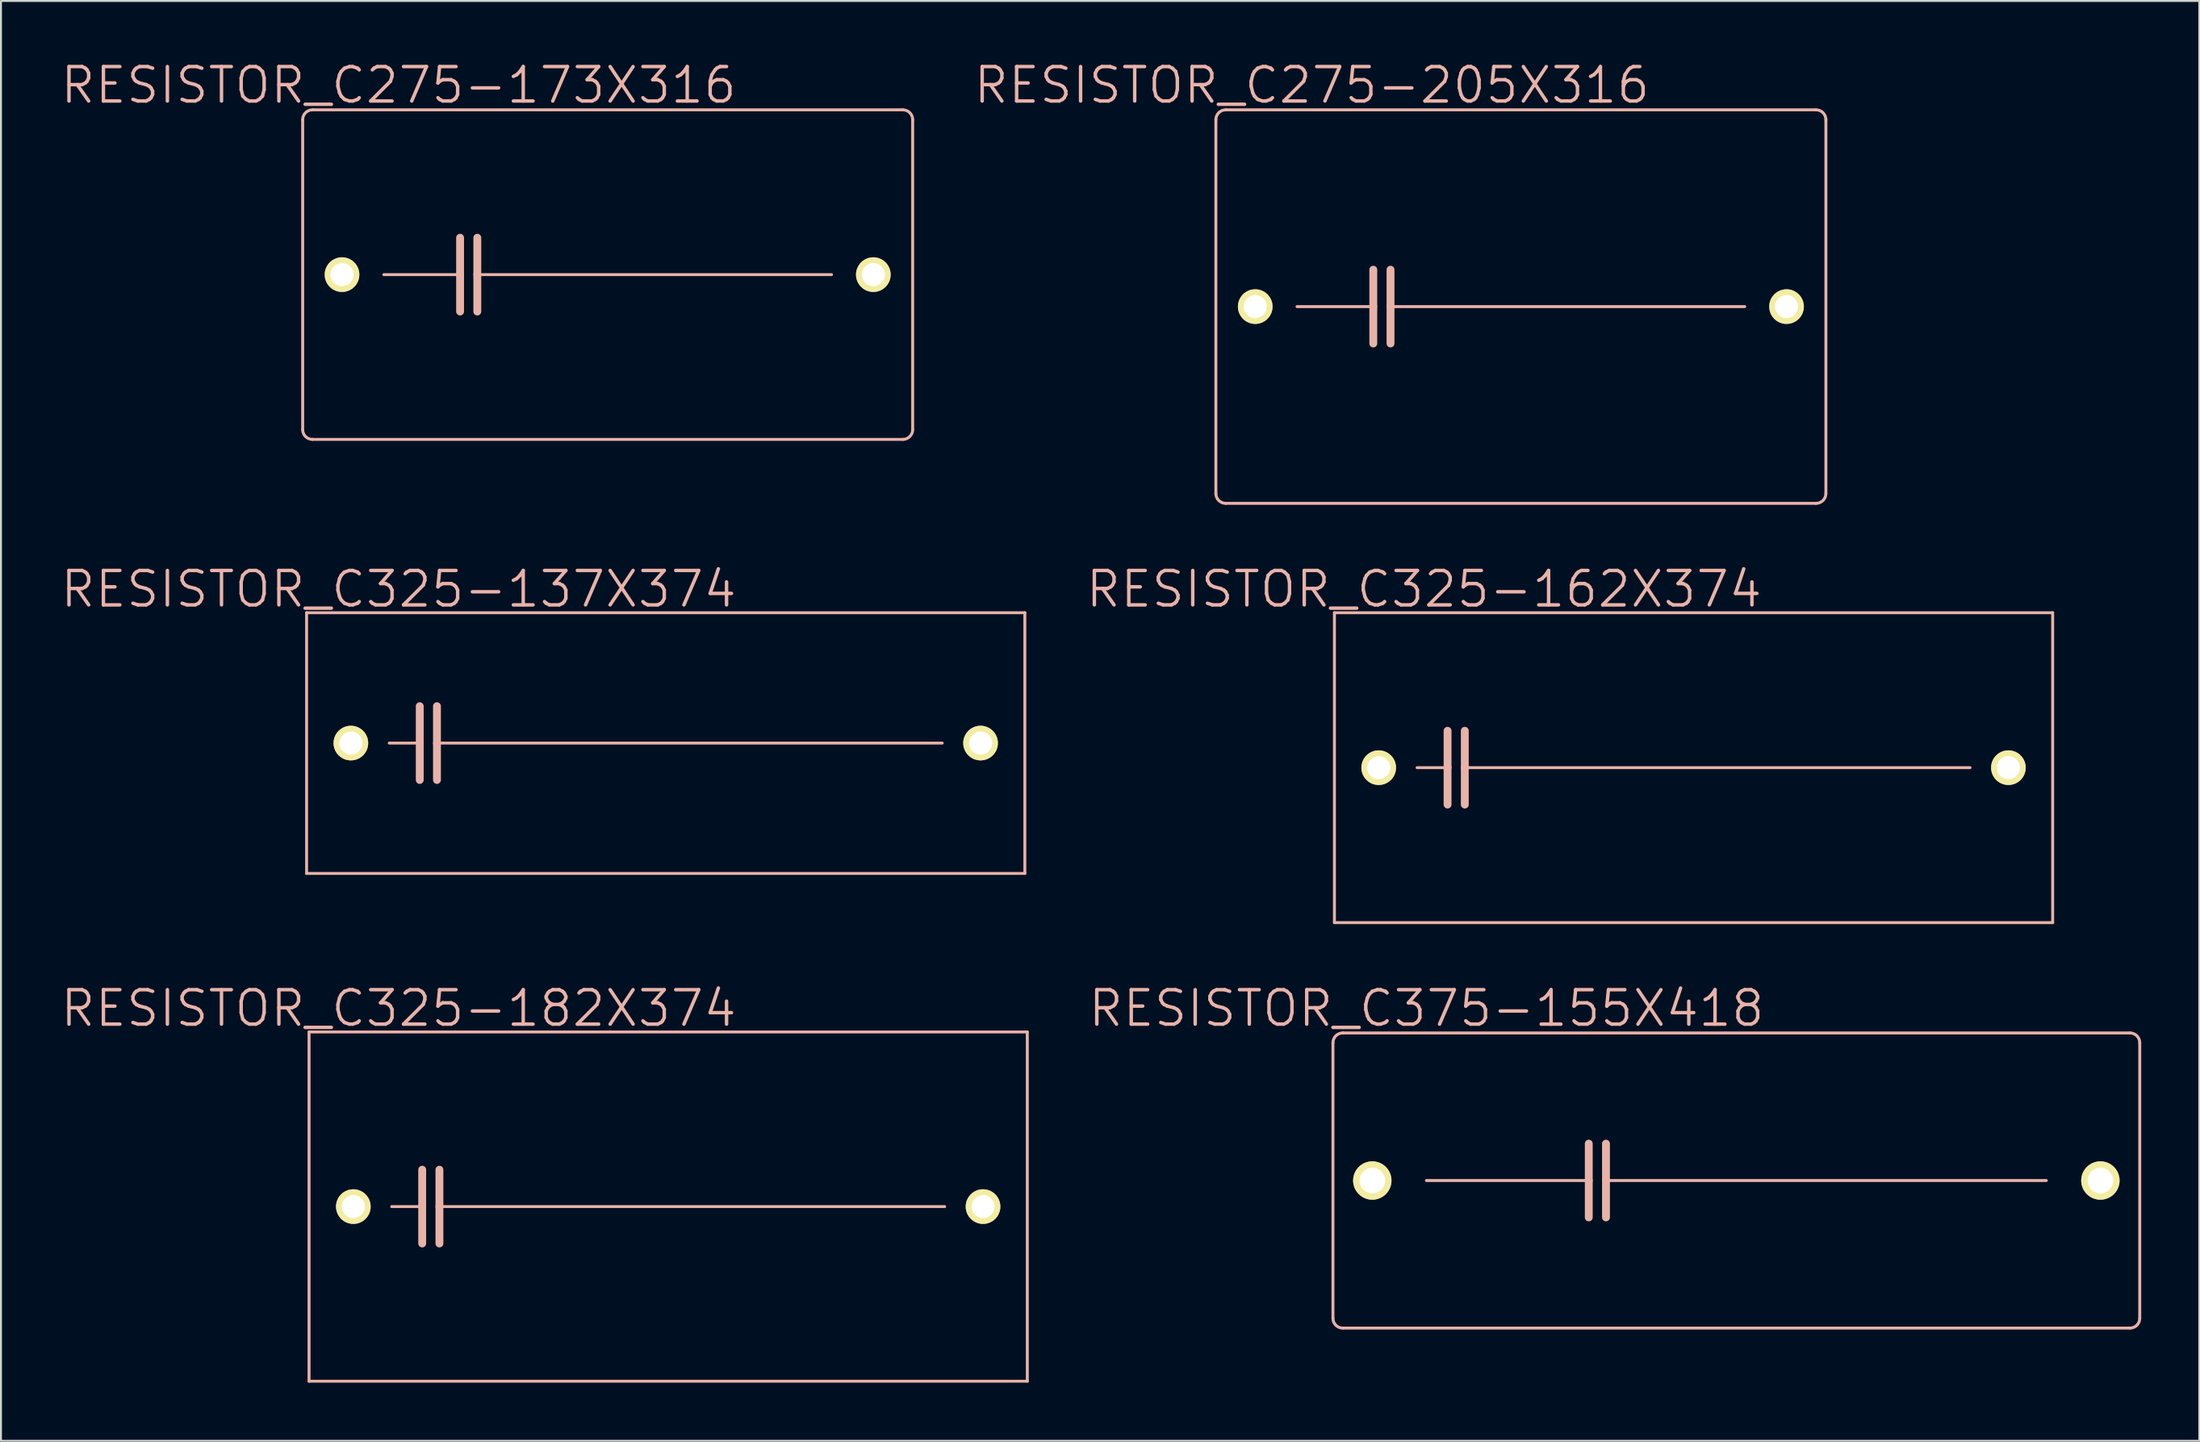
<source format=kicad_pcb>
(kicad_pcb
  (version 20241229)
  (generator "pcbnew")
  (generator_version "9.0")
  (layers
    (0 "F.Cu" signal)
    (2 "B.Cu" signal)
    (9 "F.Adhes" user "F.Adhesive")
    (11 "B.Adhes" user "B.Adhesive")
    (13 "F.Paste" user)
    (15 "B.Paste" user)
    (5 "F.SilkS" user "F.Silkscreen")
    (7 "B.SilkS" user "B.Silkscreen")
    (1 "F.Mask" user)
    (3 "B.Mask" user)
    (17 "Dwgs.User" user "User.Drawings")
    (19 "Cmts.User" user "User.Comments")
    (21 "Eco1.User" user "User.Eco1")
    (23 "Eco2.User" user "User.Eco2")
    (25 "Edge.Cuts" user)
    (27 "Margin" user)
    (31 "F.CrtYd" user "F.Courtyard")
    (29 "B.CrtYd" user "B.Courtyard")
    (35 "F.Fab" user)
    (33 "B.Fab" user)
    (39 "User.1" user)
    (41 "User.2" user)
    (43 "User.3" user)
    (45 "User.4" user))
  (footprint "RESISTOR_C275-173X316"
    (layer "F.Cu")
    (at 28.325 11.131)
    (property "Reference" "RESISTOR_C275-173X316" (at -10.795 -9.779 0) (layer "B.SilkS") (effects (font (size 1.778 1.778) (thickness 0.178))))
    (attr exclude_from_pos_files exclude_from_bom)
    (fp_line (start -15.748 8.001) (end -15.748 -8.001) (stroke (width 0.152) (type solid)) (layer "B.SilkS"))
    (fp_line (start -15.24 -8.509) (end 15.24 -8.509) (stroke (width 0.152) (type solid)) (layer "B.SilkS"))
    (fp_line (start -11.557 0) (end -7.62 0) (stroke (width 0.152) (type solid)) (layer "B.SilkS"))
    (fp_line (start -7.62 -1.905) (end -7.62 0) (stroke (width 0.406) (type solid)) (layer "B.SilkS"))
    (fp_line (start -7.62 0) (end -7.62 1.905) (stroke (width 0.406) (type solid)) (layer "B.SilkS"))
    (fp_line (start -6.731 -1.905) (end -6.731 0) (stroke (width 0.406) (type solid)) (layer "B.SilkS"))
    (fp_line (start -6.731 0) (end -6.731 1.905) (stroke (width 0.406) (type solid)) (layer "B.SilkS"))
    (fp_line (start -6.731 0) (end 11.557 0) (stroke (width 0.152) (type solid)) (layer "B.SilkS"))
    (fp_line (start 15.24 8.509) (end -15.24 8.509) (stroke (width 0.152) (type solid)) (layer "B.SilkS"))
    (fp_line (start 15.748 -8.001) (end 15.748 8.001) (stroke (width 0.152) (type solid)) (layer "B.SilkS"))
    (fp_arc (start -15.748 -8.001) (mid -15.59921 -8.36021) (end -15.24 -8.509) (stroke (width 0.1524) (type solid)) (layer "B.SilkS"))
    (fp_arc (start -15.24 8.509) (mid -15.59921 8.36021) (end -15.748 8.001) (stroke (width 0.1524) (type solid)) (layer "B.SilkS"))
    (fp_arc (start 15.24 -8.509) (mid 15.59921 -8.36021) (end 15.748 -8.001) (stroke (width 0.1524) (type solid)) (layer "B.SilkS"))
    (fp_arc (start 15.748 8.001) (mid 15.59921 8.36021) (end 15.24 8.509) (stroke (width 0.1524) (type solid)) (layer "B.SilkS"))
    (pad "1" thru_hole circle (at -13.716 0) (size 1.788 1.788) (drill 1.194) (layers "*.Cu" "F.Mask" "F.SilkS" "F.Paste"))
    (pad "2" thru_hole circle (at 13.716 0) (size 1.788 1.788) (drill 1.194) (layers "*.Cu" "F.Mask" "F.SilkS" "F.Paste")))
  (footprint "RESISTOR_C325-137X374"
    (layer "F.Cu")
    (at 31.322 35.321)
    (property "Reference" "RESISTOR_C325-137X374" (at -13.792 -7.95 0) (layer "B.SilkS") (effects (font (size 1.778 1.778) (thickness 0.178))))
    (attr exclude_from_pos_files exclude_from_bom)
    (fp_line (start -18.542 -6.731) (end -18.542 6.731) (stroke (width 0.152) (type solid)) (layer "B.SilkS"))
    (fp_line (start -18.542 6.731) (end 18.542 6.731) (stroke (width 0.152) (type solid)) (layer "B.SilkS"))
    (fp_line (start -14.275 0) (end -12.7 0) (stroke (width 0.152) (type solid)) (layer "B.SilkS"))
    (fp_line (start -12.7 -1.905) (end -12.7 0) (stroke (width 0.406) (type solid)) (layer "B.SilkS"))
    (fp_line (start -12.7 0) (end -12.7 1.905) (stroke (width 0.406) (type solid)) (layer "B.SilkS"))
    (fp_line (start -11.811 -1.905) (end -11.811 0) (stroke (width 0.406) (type solid)) (layer "B.SilkS"))
    (fp_line (start -11.811 0) (end -11.811 1.905) (stroke (width 0.406) (type solid)) (layer "B.SilkS"))
    (fp_line (start -11.811 0) (end 14.275 0) (stroke (width 0.152) (type solid)) (layer "B.SilkS"))
    (fp_line (start 18.542 -6.731) (end -18.542 -6.731) (stroke (width 0.152) (type solid)) (layer "B.SilkS"))
    (fp_line (start 18.542 -6.731) (end 18.542 6.731) (stroke (width 0.152) (type solid)) (layer "B.SilkS"))
    (pad "1" thru_hole circle (at -16.256 0) (size 1.788 1.788) (drill 1.194) (layers "*.Cu" "F.Mask" "F.SilkS" "F.Paste"))
    (pad "2" thru_hole circle (at 16.256 0) (size 1.788 1.788) (drill 1.194) (layers "*.Cu" "F.Mask" "F.SilkS" "F.Paste")))
  (footprint "RESISTOR_C325-162X374"
    (layer "F.Cu")
    (at 84.39 36.591)
    (property "Reference" "RESISTOR_C325-162X374" (at -13.919 -9.22 0) (layer "B.SilkS") (effects (font (size 1.778 1.778) (thickness 0.178))))
    (attr exclude_from_pos_files exclude_from_bom)
    (fp_line (start -18.542 -8.001) (end -18.542 8.001) (stroke (width 0.152) (type solid)) (layer "B.SilkS"))
    (fp_line (start -18.542 8.001) (end 18.542 8.001) (stroke (width 0.152) (type solid)) (layer "B.SilkS"))
    (fp_line (start -14.275 0) (end -12.7 0) (stroke (width 0.152) (type solid)) (layer "B.SilkS"))
    (fp_line (start -12.7 -1.905) (end -12.7 0) (stroke (width 0.406) (type solid)) (layer "B.SilkS"))
    (fp_line (start -12.7 0) (end -12.7 1.905) (stroke (width 0.406) (type solid)) (layer "B.SilkS"))
    (fp_line (start -11.811 -1.905) (end -11.811 0) (stroke (width 0.406) (type solid)) (layer "B.SilkS"))
    (fp_line (start -11.811 0) (end -11.811 1.905) (stroke (width 0.406) (type solid)) (layer "B.SilkS"))
    (fp_line (start -11.811 0) (end 14.275 0) (stroke (width 0.152) (type solid)) (layer "B.SilkS"))
    (fp_line (start 18.542 -8.001) (end -18.542 -8.001) (stroke (width 0.152) (type solid)) (layer "B.SilkS"))
    (fp_line (start 18.542 -8.001) (end 18.542 8.001) (stroke (width 0.152) (type solid)) (layer "B.SilkS"))
    (pad "1" thru_hole circle (at -16.256 0) (size 1.788 1.788) (drill 1.194) (layers "*.Cu" "F.Mask" "F.SilkS" "F.Paste"))
    (pad "2" thru_hole circle (at 16.256 0) (size 1.788 1.788) (drill 1.194) (layers "*.Cu" "F.Mask" "F.SilkS" "F.Paste")))
  (footprint "RESISTOR_C325-182X374"
    (layer "F.Cu")
    (at 31.449 59.256)
    (property "Reference" "RESISTOR_C325-182X374" (at -13.919 -10.236 0) (layer "B.SilkS") (effects (font (size 1.778 1.778) (thickness 0.178))))
    (attr exclude_from_pos_files exclude_from_bom)
    (fp_line (start -18.542 -9.017) (end -18.542 9.017) (stroke (width 0.152) (type solid)) (layer "B.SilkS"))
    (fp_line (start -18.542 9.017) (end 18.542 9.017) (stroke (width 0.152) (type solid)) (layer "B.SilkS"))
    (fp_line (start -14.275 0) (end -12.7 0) (stroke (width 0.152) (type solid)) (layer "B.SilkS"))
    (fp_line (start -12.7 -1.905) (end -12.7 0) (stroke (width 0.406) (type solid)) (layer "B.SilkS"))
    (fp_line (start -12.7 0) (end -12.7 1.905) (stroke (width 0.406) (type solid)) (layer "B.SilkS"))
    (fp_line (start -11.811 -1.905) (end -11.811 0) (stroke (width 0.406) (type solid)) (layer "B.SilkS"))
    (fp_line (start -11.811 0) (end -11.811 1.905) (stroke (width 0.406) (type solid)) (layer "B.SilkS"))
    (fp_line (start -11.811 0) (end 14.275 0) (stroke (width 0.152) (type solid)) (layer "B.SilkS"))
    (fp_line (start 18.542 -9.017) (end -18.542 -9.017) (stroke (width 0.152) (type solid)) (layer "B.SilkS"))
    (fp_line (start 18.542 -9.017) (end 18.542 9.017) (stroke (width 0.152) (type solid)) (layer "B.SilkS"))
    (pad "1" thru_hole circle (at -16.256 0) (size 1.788 1.788) (drill 1.194) (layers "*.Cu" "F.Mask" "F.SilkS" "F.Paste"))
    (pad "2" thru_hole circle (at 16.256 0) (size 1.788 1.788) (drill 1.194) (layers "*.Cu" "F.Mask" "F.SilkS" "F.Paste")))
  (footprint "RESISTOR_C275-205X316"
    (layer "F.Cu")
    (at 75.475 12.782)
    (property "Reference" "RESISTOR_C275-205X316" (at -10.795 -11.43 0) (layer "B.SilkS") (effects (font (size 1.778 1.778) (thickness 0.178))))
    (attr exclude_from_pos_files exclude_from_bom)
    (fp_line (start -15.748 9.652) (end -15.748 -9.652) (stroke (width 0.152) (type solid)) (layer "B.SilkS"))
    (fp_line (start -15.24 -10.16) (end 15.24 -10.16) (stroke (width 0.152) (type solid)) (layer "B.SilkS"))
    (fp_line (start -11.557 0) (end -7.62 0) (stroke (width 0.152) (type solid)) (layer "B.SilkS"))
    (fp_line (start -7.62 -1.905) (end -7.62 0) (stroke (width 0.406) (type solid)) (layer "B.SilkS"))
    (fp_line (start -7.62 0) (end -7.62 1.905) (stroke (width 0.406) (type solid)) (layer "B.SilkS"))
    (fp_line (start -6.731 -1.905) (end -6.731 0) (stroke (width 0.406) (type solid)) (layer "B.SilkS"))
    (fp_line (start -6.731 0) (end -6.731 1.905) (stroke (width 0.406) (type solid)) (layer "B.SilkS"))
    (fp_line (start -6.731 0) (end 11.557 0) (stroke (width 0.152) (type solid)) (layer "B.SilkS"))
    (fp_line (start 15.24 10.16) (end -15.24 10.16) (stroke (width 0.152) (type solid)) (layer "B.SilkS"))
    (fp_line (start 15.748 -9.652) (end 15.748 9.652) (stroke (width 0.152) (type solid)) (layer "B.SilkS"))
    (fp_arc (start -15.748 -9.652) (mid -15.59921 -10.01121) (end -15.24 -10.16) (stroke (width 0.1524) (type solid)) (layer "B.SilkS"))
    (fp_arc (start -15.24 10.16) (mid -15.59921 10.01121) (end -15.748 9.652) (stroke (width 0.1524) (type solid)) (layer "B.SilkS"))
    (fp_arc (start 15.24 -10.16) (mid 15.59921 -10.01121) (end 15.748 -9.652) (stroke (width 0.1524) (type solid)) (layer "B.SilkS"))
    (fp_arc (start 15.748 9.652) (mid 15.59921 10.01121) (end 15.24 10.16) (stroke (width 0.1524) (type solid)) (layer "B.SilkS"))
    (pad "1" thru_hole circle (at -13.716 0) (size 1.788 1.788) (drill 1.194) (layers "*.Cu" "F.Mask" "F.SilkS" "F.Paste"))
    (pad "2" thru_hole circle (at 13.716 0) (size 1.788 1.788) (drill 1.194) (layers "*.Cu" "F.Mask" "F.SilkS" "F.Paste")))
  (footprint "RESISTOR_C375-155X418"
    (layer "F.Cu")
    (at 86.6 57.91)
    (property "Reference" "RESISTOR_C375-155X418" (at -16.002 -8.89 0) (layer "B.SilkS") (effects (font (size 1.778 1.778) (thickness 0.178))))
    (attr exclude_from_pos_files exclude_from_bom)
    (fp_line (start -20.828 7.112) (end -20.828 -7.112) (stroke (width 0.152) (type solid)) (layer "B.SilkS"))
    (fp_line (start -20.32 -7.62) (end 20.32 -7.62) (stroke (width 0.152) (type solid)) (layer "B.SilkS"))
    (fp_line (start -16.002 0) (end -7.62 0) (stroke (width 0.152) (type solid)) (layer "B.SilkS"))
    (fp_line (start -7.62 -1.905) (end -7.62 0) (stroke (width 0.406) (type solid)) (layer "B.SilkS"))
    (fp_line (start -7.62 0) (end -7.62 1.905) (stroke (width 0.406) (type solid)) (layer "B.SilkS"))
    (fp_line (start -6.731 -1.905) (end -6.731 0) (stroke (width 0.406) (type solid)) (layer "B.SilkS"))
    (fp_line (start -6.731 0) (end -6.731 1.905) (stroke (width 0.406) (type solid)) (layer "B.SilkS"))
    (fp_line (start -6.731 0) (end 16.002 0) (stroke (width 0.152) (type solid)) (layer "B.SilkS"))
    (fp_line (start 20.32 7.62) (end -20.32 7.62) (stroke (width 0.152) (type solid)) (layer "B.SilkS"))
    (fp_line (start 20.828 -7.112) (end 20.828 7.112) (stroke (width 0.152) (type solid)) (layer "B.SilkS"))
    (fp_arc (start -20.828 -7.112) (mid -20.67921 -7.47121) (end -20.32 -7.62) (stroke (width 0.1524) (type solid)) (layer "B.SilkS"))
    (fp_arc (start -20.32 7.62) (mid -20.67921 7.47121) (end -20.828 7.112) (stroke (width 0.1524) (type solid)) (layer "B.SilkS"))
    (fp_arc (start 20.32 -7.62) (mid 20.67921 -7.47121) (end 20.828 -7.112) (stroke (width 0.1524) (type solid)) (layer "B.SilkS"))
    (fp_arc (start 20.828 7.112) (mid 20.67921 7.47121) (end 20.32 7.62) (stroke (width 0.1524) (type solid)) (layer "B.SilkS"))
    (pad "1" thru_hole circle (at -18.796 0) (size 1.981 1.981) (drill 1.321) (layers "*.Cu" "F.Mask" "F.SilkS" "F.Paste"))
    (pad "2" thru_hole circle (at 18.796 0) (size 1.981 1.981) (drill 1.321) (layers "*.Cu" "F.Mask" "F.SilkS" "F.Paste")))
  (gr_rect
    (start -3 -3)
    (end 110.504 71.35)
    (stroke (width 0.1) (type default))
    (fill no)
    (layer "Edge.Cuts")))
</source>
